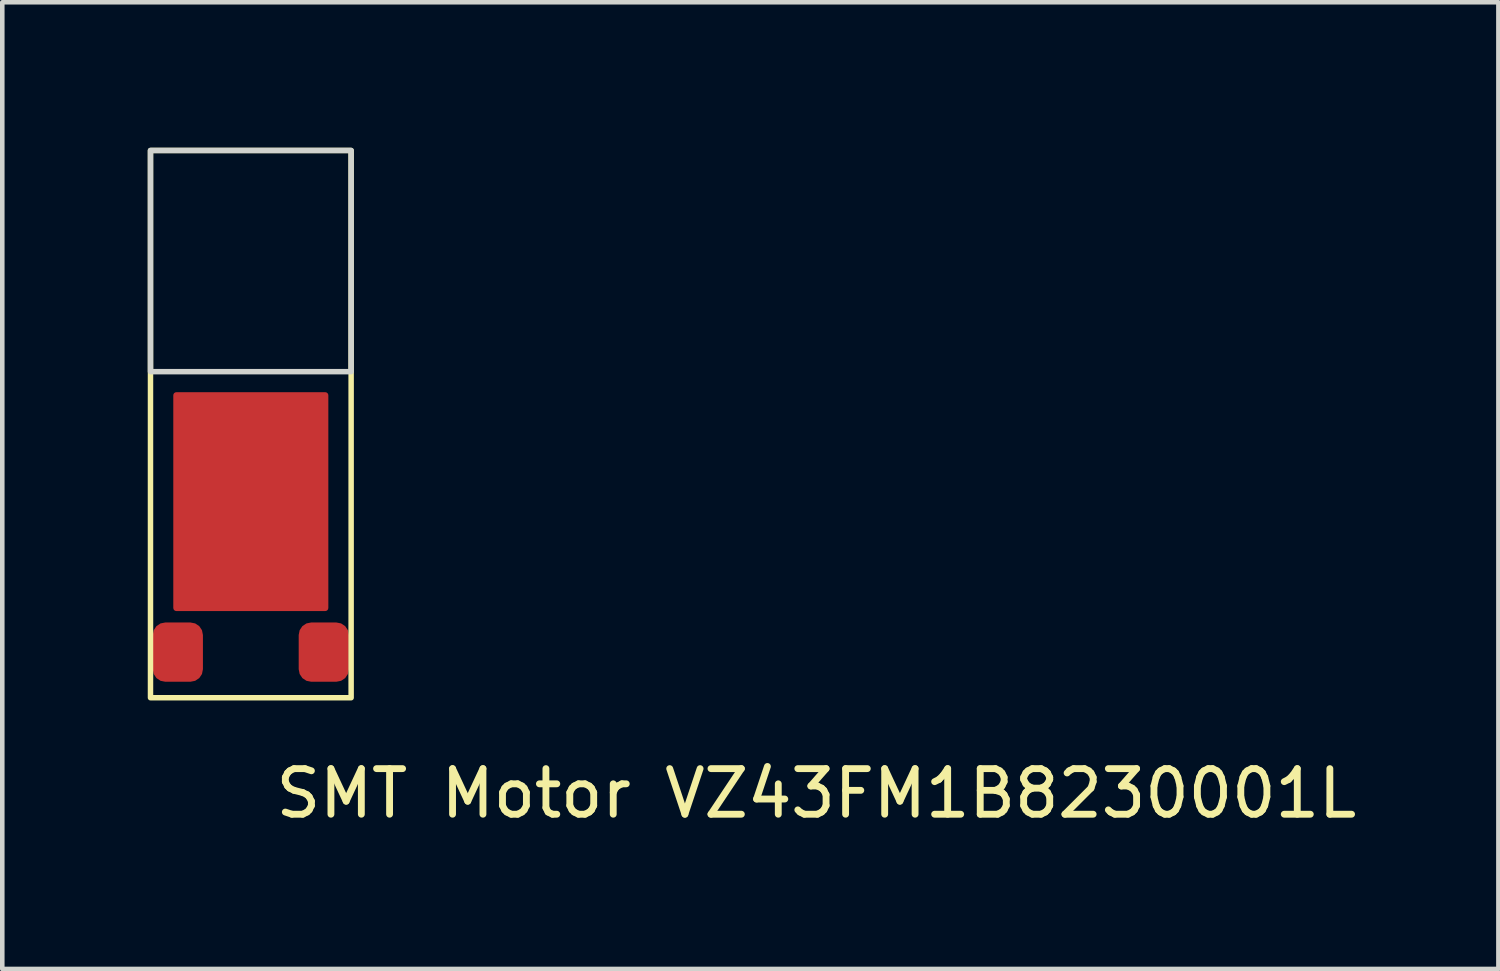
<source format=kicad_pcb>
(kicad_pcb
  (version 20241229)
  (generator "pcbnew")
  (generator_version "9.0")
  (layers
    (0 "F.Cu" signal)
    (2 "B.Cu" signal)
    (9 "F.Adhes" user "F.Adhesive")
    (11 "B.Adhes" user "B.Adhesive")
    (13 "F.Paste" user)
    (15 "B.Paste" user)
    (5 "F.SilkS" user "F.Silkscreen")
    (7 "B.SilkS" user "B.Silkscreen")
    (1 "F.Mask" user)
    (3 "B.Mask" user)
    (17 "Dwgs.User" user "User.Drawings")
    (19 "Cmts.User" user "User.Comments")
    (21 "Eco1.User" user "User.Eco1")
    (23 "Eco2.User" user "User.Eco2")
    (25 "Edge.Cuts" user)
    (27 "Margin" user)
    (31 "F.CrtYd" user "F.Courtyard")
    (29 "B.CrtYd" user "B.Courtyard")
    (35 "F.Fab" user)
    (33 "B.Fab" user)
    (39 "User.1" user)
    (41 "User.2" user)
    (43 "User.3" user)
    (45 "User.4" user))
  (footprint "SMT Motor VZ43FM1B8230001L"
    (layer "F.Cu")
    (at 0.25 0.25)
    (property "Reference" "SMT Motor VZ43FM1B8230001L" (at 14.6 14.1 0) (unlocked yes) (layer "F.SilkS") (effects (font (size 1 1) (thickness 0.15))))
    (attr smd)
    (fp_rect (start 0 0) (end 4.4 12) (stroke (width 0.12) (type solid)) (fill no) (layer "F.SilkS"))
    (fp_rect (start 0 0) (end 4.4 4.85) (stroke (width 0.12) (type solid)) (fill no) (layer "Edge.Cuts"))
    (pad "" smd roundrect (at 2.2 7.7 90) (size 4.8 3.4) (layers "F.Cu" "F.Mask" "F.Paste") (roundrect_rratio 0.02))
    (pad "1" smd roundrect (at 3.8 11 90) (size 1.3 1.1) (layers "F.Cu" "F.Mask" "F.Paste") (roundrect_rratio 0.25))
    (pad "2" smd roundrect (at 0.6 11 90) (size 1.3 1.1) (layers "F.Cu" "F.Mask" "F.Paste") (roundrect_rratio 0.25)))
  (gr_rect
    (start -3 -3)
    (end 29.808 18.198)
    (stroke (width 0.1) (type default))
    (fill no)
    (layer "Edge.Cuts")))
</source>
